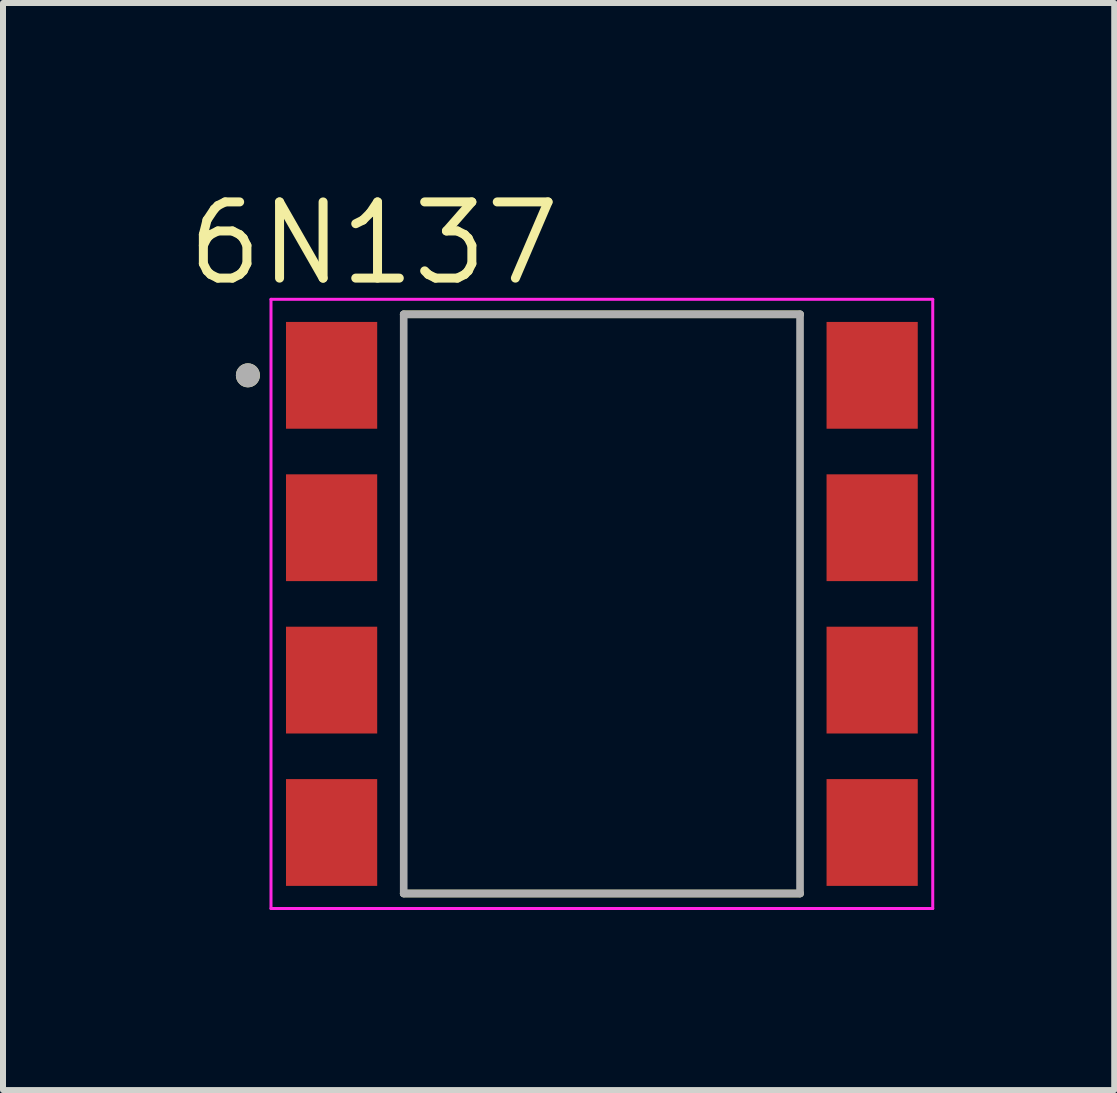
<source format=kicad_pcb>
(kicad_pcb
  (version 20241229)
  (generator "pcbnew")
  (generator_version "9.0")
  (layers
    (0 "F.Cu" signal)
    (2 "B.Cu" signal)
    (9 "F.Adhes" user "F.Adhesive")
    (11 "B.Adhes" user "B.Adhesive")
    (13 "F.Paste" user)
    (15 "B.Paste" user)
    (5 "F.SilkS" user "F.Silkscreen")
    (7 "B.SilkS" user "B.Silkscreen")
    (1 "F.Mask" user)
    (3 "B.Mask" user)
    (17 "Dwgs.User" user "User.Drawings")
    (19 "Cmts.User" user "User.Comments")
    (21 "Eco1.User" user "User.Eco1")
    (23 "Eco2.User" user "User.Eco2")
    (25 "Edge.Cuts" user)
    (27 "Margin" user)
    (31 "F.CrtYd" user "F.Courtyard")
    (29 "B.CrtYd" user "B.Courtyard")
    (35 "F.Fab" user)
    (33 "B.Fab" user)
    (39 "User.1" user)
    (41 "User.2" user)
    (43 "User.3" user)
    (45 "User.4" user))
  (footprint "6N137"
    (layer "F.Cu")
    (at 6.982 7.016)
    (property "Reference" "6N137" (at -3.8 -6.01 0) (layer "F.SilkS") (effects (font (size 1.27 1.27) (thickness 0.15))))
    (attr through_hole)
    (fp_line (start -3.303 -4.827) (end 3.303 -4.827) (stroke (width 0.127) (type solid)) (layer "F.SilkS"))
    (fp_line (start 3.303 4.827) (end -3.303 4.827) (stroke (width 0.127) (type solid)) (layer "F.SilkS"))
    (fp_circle (center -5.9 -3.81) (end -5.8 -3.81) (stroke (width 0.2) (type solid)) (fill no) (layer "F.SilkS"))
    (fp_line (start -5.515 -5.077) (end 5.515 -5.077) (stroke (width 0.05) (type solid)) (layer "F.CrtYd"))
    (fp_line (start -5.515 5.077) (end -5.515 -5.077) (stroke (width 0.05) (type solid)) (layer "F.CrtYd"))
    (fp_line (start 5.515 -5.077) (end 5.515 5.077) (stroke (width 0.05) (type solid)) (layer "F.CrtYd"))
    (fp_line (start 5.515 5.077) (end -5.515 5.077) (stroke (width 0.05) (type solid)) (layer "F.CrtYd"))
    (fp_line (start -3.303 -4.827) (end 3.303 -4.827) (stroke (width 0.127) (type solid)) (layer "F.Fab"))
    (fp_line (start -3.303 4.827) (end -3.303 -4.827) (stroke (width 0.127) (type solid)) (layer "F.Fab"))
    (fp_line (start 3.303 -4.827) (end 3.303 4.827) (stroke (width 0.127) (type solid)) (layer "F.Fab"))
    (fp_line (start 3.303 4.827) (end -3.303 4.827) (stroke (width 0.127) (type solid)) (layer "F.Fab"))
    (fp_circle (center -5.9 -3.81) (end -5.8 -3.81) (stroke (width 0.2) (type solid)) (fill no) (layer "F.Fab"))
    (pad "1" smd rect (at -4.505 -3.81) (size 1.52 1.78) (layers "F.Cu" "F.Mask" "F.Paste"))
    (pad "2" smd rect (at -4.505 -1.27) (size 1.52 1.78) (layers "F.Cu" "F.Mask" "F.Paste"))
    (pad "3" smd rect (at -4.505 1.27) (size 1.52 1.78) (layers "F.Cu" "F.Mask" "F.Paste"))
    (pad "4" smd rect (at -4.505 3.81) (size 1.52 1.78) (layers "F.Cu" "F.Mask" "F.Paste"))
    (pad "5" smd rect (at 4.505 3.81) (size 1.52 1.78) (layers "F.Cu" "F.Mask" "F.Paste"))
    (pad "6" smd rect (at 4.505 1.27) (size 1.52 1.78) (layers "F.Cu" "F.Mask" "F.Paste"))
    (pad "7" smd rect (at 4.505 -1.27) (size 1.52 1.78) (layers "F.Cu" "F.Mask" "F.Paste"))
    (pad "8" smd rect (at 4.505 -3.81) (size 1.52 1.78) (layers "F.Cu" "F.Mask" "F.Paste")))
  (gr_rect
    (start -3 -3)
    (end 15.522 15.119)
    (stroke (width 0.1) (type default))
    (fill no)
    (layer "Edge.Cuts")))
</source>
